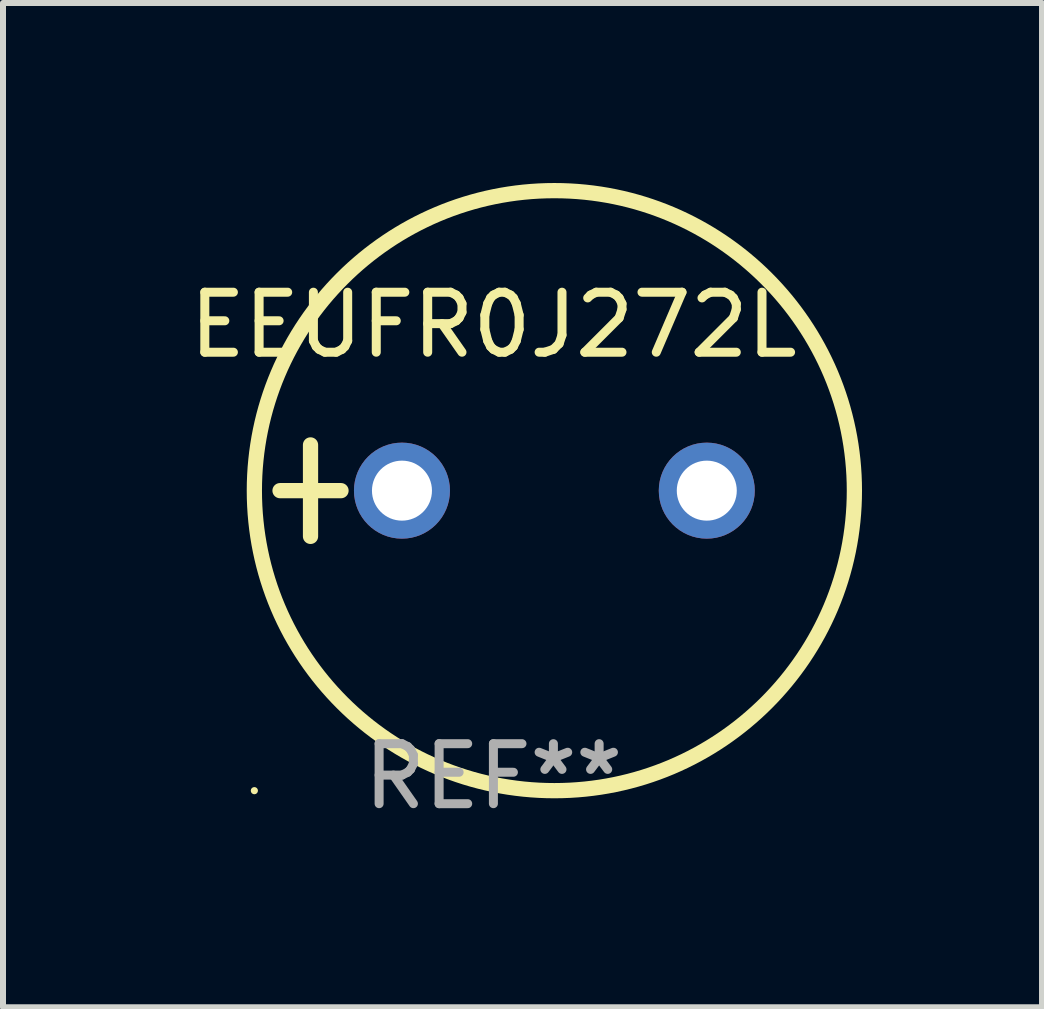
<source format=kicad_pcb>
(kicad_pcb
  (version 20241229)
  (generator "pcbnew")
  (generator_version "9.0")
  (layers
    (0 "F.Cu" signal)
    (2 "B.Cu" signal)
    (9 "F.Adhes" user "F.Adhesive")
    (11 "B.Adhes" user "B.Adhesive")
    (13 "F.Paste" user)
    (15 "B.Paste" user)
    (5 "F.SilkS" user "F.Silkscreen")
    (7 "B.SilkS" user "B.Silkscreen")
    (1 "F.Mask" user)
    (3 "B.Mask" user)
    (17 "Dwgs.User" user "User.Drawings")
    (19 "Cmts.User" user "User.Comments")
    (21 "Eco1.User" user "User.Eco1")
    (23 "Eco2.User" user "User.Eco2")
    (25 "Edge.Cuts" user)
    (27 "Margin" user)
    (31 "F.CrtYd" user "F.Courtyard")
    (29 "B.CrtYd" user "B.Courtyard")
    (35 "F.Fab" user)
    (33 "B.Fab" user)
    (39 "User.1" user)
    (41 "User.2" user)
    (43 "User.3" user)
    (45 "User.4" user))
  (footprint "EEUFR0J272L"
    (layer "F.Cu")
    (at 5.173 5.127)
    (property "Reference" "EEUFR0J272L" (at 0 -2.762 0) (layer "F.SilkS") (effects (font (size 1 1) (thickness 0.15))))
    (attr through_hole)
    (fp_line (start -3.556 0) (end -2.54 0) (stroke (width 0.254) (type solid)) (layer "F.SilkS"))
    (fp_line (start -3.048 -0.762) (end -3.048 0.762) (stroke (width 0.254) (type solid)) (layer "F.SilkS"))
    (fp_circle (center -3.984 5) (end -3.954 5) (stroke (width 0.06) (type solid)) (fill no) (layer "F.SilkS"))
    (fp_circle (center 1.016 0) (end 6.016 0) (stroke (width 0.254) (type solid)) (fill no) (layer "F.SilkS"))
    (fp_text user "REF**" (at 0 4.762 0) (layer "F.Fab") (effects (font (size 1 1) (thickness 0.15))))
    (pad "1" thru_hole circle (at -1.524 0) (size 1.6 1.6) (drill 1) (layers "*.Cu" "*.Mask"))
    (pad "2" thru_hole circle (at 3.556 0) (size 1.6 1.6) (drill 1) (layers "*.Cu" "*.Mask")))
  (gr_rect
    (start -3 -3)
    (end 14.316 13.737)
    (stroke (width 0.1) (type default))
    (fill no)
    (layer "Edge.Cuts")))
</source>
